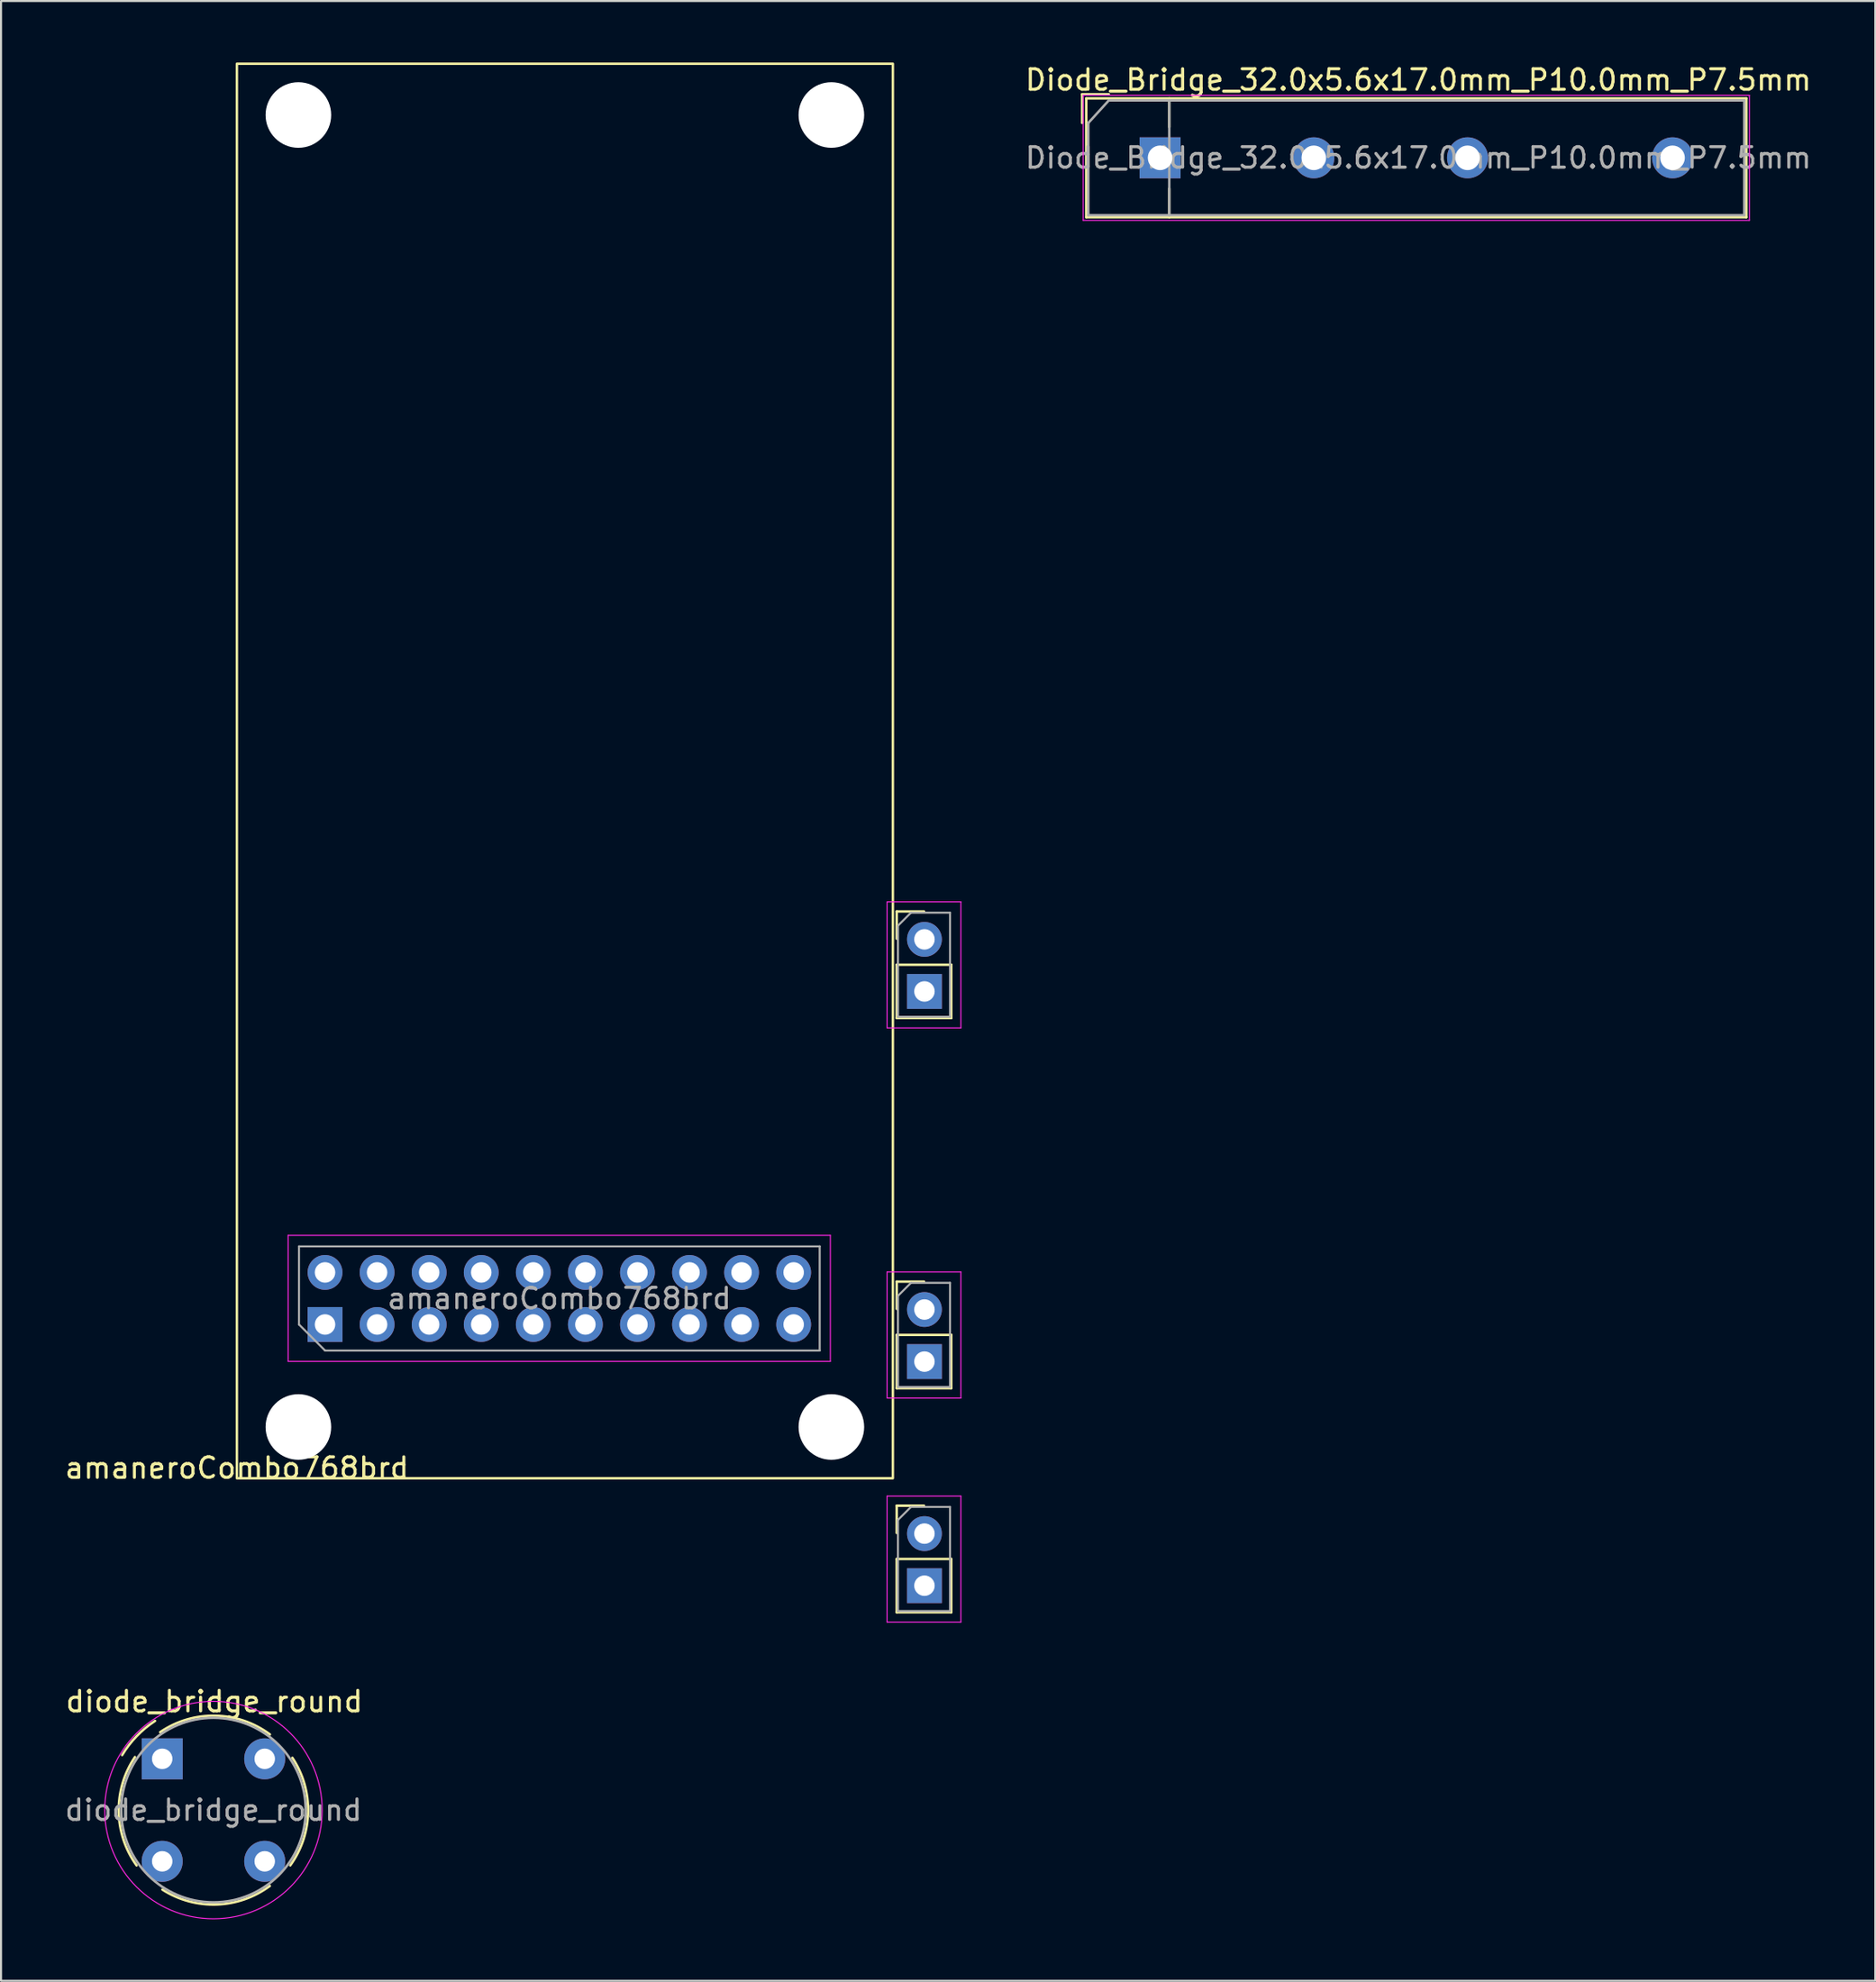
<source format=kicad_pcb>
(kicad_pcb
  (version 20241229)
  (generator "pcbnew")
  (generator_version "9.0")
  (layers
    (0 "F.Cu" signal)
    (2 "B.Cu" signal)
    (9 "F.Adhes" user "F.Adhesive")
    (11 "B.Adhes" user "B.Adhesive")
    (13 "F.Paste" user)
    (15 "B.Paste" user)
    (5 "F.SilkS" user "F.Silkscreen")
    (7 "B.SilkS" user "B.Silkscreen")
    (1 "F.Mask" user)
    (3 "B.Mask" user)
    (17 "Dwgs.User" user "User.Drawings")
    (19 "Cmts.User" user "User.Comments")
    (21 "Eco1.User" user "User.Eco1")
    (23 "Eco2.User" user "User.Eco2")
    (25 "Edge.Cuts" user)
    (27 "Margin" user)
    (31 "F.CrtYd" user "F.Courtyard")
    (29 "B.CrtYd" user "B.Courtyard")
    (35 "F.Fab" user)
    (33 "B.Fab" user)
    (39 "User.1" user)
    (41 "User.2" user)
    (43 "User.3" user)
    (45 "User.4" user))
  (footprint "Diode_Bridge_32.0x5.6x17.0mm_P10.0mm_P7.5mm"
    (layer "F.Cu")
    (at 53.541 4.648)
    (property "Reference" "Diode_Bridge_32.0x5.6x17.0mm_P10.0mm_P7.5mm" (at 12.6 -3.8 180) (layer "F.SilkS") (effects (font (size 1 1) (thickness 0.15))))
    (attr through_hole)
    (fp_line (start -3.8 -3.1) (end -2.5 -3.1) (stroke (width 0.12) (type solid)) (layer "F.SilkS"))
    (fp_line (start -3.8 -1.7) (end -3.8 -3.1) (stroke (width 0.12) (type solid)) (layer "F.SilkS"))
    (fp_line (start -3.6 -2.9) (end 28.6 -2.9) (stroke (width 0.12) (type solid)) (layer "F.SilkS"))
    (fp_line (start -3.6 2.9) (end -3.6 -2.9) (stroke (width 0.12) (type solid)) (layer "F.SilkS"))
    (fp_line (start 0.45 -2.9) (end 0.45 -1.5) (stroke (width 0.12) (type solid)) (layer "F.SilkS"))
    (fp_line (start 0.45 2.9) (end 0.45 1.5) (stroke (width 0.12) (type solid)) (layer "F.SilkS"))
    (fp_line (start 28.6 -2.9) (end 28.6 2.9) (stroke (width 0.12) (type solid)) (layer "F.SilkS"))
    (fp_line (start 28.6 2.9) (end -3.6 2.9) (stroke (width 0.12) (type solid)) (layer "F.SilkS"))
    (fp_line (start -3.75 -3.05) (end 28.75 -3.05) (stroke (width 0.05) (type solid)) (layer "F.CrtYd"))
    (fp_line (start -3.75 3.05) (end -3.75 -3.05) (stroke (width 0.05) (type solid)) (layer "F.CrtYd"))
    (fp_line (start 28.75 -3.05) (end 28.75 3.05) (stroke (width 0.05) (type solid)) (layer "F.CrtYd"))
    (fp_line (start 28.75 3.05) (end -3.75 3.05) (stroke (width 0.05) (type solid)) (layer "F.CrtYd"))
    (fp_line (start -3.5 -1.7) (end -3.5 2.8) (stroke (width 0.12) (type solid)) (layer "F.Fab"))
    (fp_line (start -3.5 2.8) (end 28.5 2.8) (stroke (width 0.12) (type solid)) (layer "F.Fab"))
    (fp_line (start -2.5 -2.8) (end -3.5 -1.7) (stroke (width 0.12) (type solid)) (layer "F.Fab"))
    (fp_line (start 0.45 -2.8) (end 0.45 2.8) (stroke (width 0.12) (type solid)) (layer "F.Fab"))
    (fp_line (start 28.5 -2.8) (end -2.5 -2.8) (stroke (width 0.12) (type solid)) (layer "F.Fab"))
    (fp_line (start 28.5 2.8) (end 28.5 -2.8) (stroke (width 0.12) (type solid)) (layer "F.Fab"))
    (fp_text user "${REFERENCE}" (at 12.6 0 180) (layer "F.Fab") (effects (font (size 1 1) (thickness 0.15))))
    (pad "1" thru_hole rect (at 0 0) (size 2 2) (drill 1.2) (layers "*.Cu" "*.Mask"))
    (pad "2" thru_hole circle (at 7.5 0) (size 2 2) (drill 1.2) (layers "*.Cu" "*.Mask"))
    (pad "3" thru_hole circle (at 15 0) (size 2 2) (drill 1.2) (layers "*.Cu" "*.Mask"))
    (pad "4" thru_hole circle (at 25 0) (size 2 2) (drill 1.2) (layers "*.Cu" "*.Mask")))
  (footprint "diode_bridge_round"
    (layer "F.Cu")
    (at 4.863 82.747)
    (property "Reference" "diode_bridge_round" (at 2.54 -2.794 0) (layer "F.SilkS") (effects (font (size 1 1) (thickness 0.15))))
    (attr through_hole)
    (fp_arc (start -1.954487 -0.183757) (mid -1.246061 -1.107219) (end -0.35 -1.85) (stroke (width 0.12) (type solid)) (layer "F.SilkS"))
    (fp_arc (start -1.25 5.2) (mid -2.120355 2.569427) (end -1.329431 -0.086109) (stroke (width 0.12) (type solid)) (layer "F.SilkS"))
    (fp_arc (start -0.1 -1.3) (mid 2.595106 -2.103363) (end 5.254731 -1.189371) (stroke (width 0.12) (type solid)) (layer "F.SilkS"))
    (fp_arc (start 5.25 6.2) (mid 2.657169 7.107363) (end 0.008533 6.3788) (stroke (width 0.12) (type solid)) (layer "F.SilkS"))
    (fp_arc (start 6.35 -0.05) (mid 7.117021 2.590098) (end 6.247584 5.198261) (stroke (width 0.12) (type solid)) (layer "F.SilkS"))
    (fp_circle (center 2.5 2.5) (end -1.3 -1.2) (stroke (width 0.05) (type solid)) (fill no) (layer "F.CrtYd"))
    (fp_arc (start -2 2.5) (mid 7 2.5) (end -2 2.5) (stroke (width 0.12) (type solid)) (layer "F.Fab"))
    (fp_text user "${REFERENCE}" (at 2.5 2.5 0) (layer "F.Fab") (effects (font (size 1 1) (thickness 0.15))))
    (pad "1" thru_hole rect (at 0 0) (size 2 2) (drill 1) (layers "*.Cu" "*.Mask"))
    (pad "2" thru_hole oval (at 5 0) (size 2 2) (drill 1) (layers "*.Cu" "*.Mask"))
    (pad "3" thru_hole oval (at 0 5) (size 2 2) (drill 1) (layers "*.Cu" "*.Mask"))
    (pad "4" thru_hole oval (at 5 5) (size 2 2) (drill 1) (layers "*.Cu" "*.Mask")))
  (footprint "amaneroCombo768brd"
    (layer "F.Cu")
    (at 8.506 69.06)
    (property "Reference" "amaneroCombo768brd" (at 0 -0.5 0) (unlocked yes) (layer "F.SilkS") (effects (font (size 1 1) (thickness 0.15))))
    (attr through_hole)
    (fp_line (start 32.189 -27.649) (end 33.519 -27.649) (stroke (width 0.12) (type solid)) (layer "F.SilkS"))
    (fp_line (start 32.189 -26.319) (end 32.189 -27.649) (stroke (width 0.12) (type solid)) (layer "F.SilkS"))
    (fp_line (start 32.189 -25.049) (end 32.189 -22.449) (stroke (width 0.12) (type solid)) (layer "F.SilkS"))
    (fp_line (start 32.189 -25.049) (end 34.849 -25.049) (stroke (width 0.12) (type solid)) (layer "F.SilkS"))
    (fp_line (start 32.189 -22.449) (end 34.849 -22.449) (stroke (width 0.12) (type solid)) (layer "F.SilkS"))
    (fp_line (start 32.189 -9.592) (end 33.519 -9.592) (stroke (width 0.12) (type solid)) (layer "F.SilkS"))
    (fp_line (start 32.189 -8.262) (end 32.189 -9.592) (stroke (width 0.12) (type solid)) (layer "F.SilkS"))
    (fp_line (start 32.189 -6.992) (end 32.189 -4.392) (stroke (width 0.12) (type solid)) (layer "F.SilkS"))
    (fp_line (start 32.189 -6.992) (end 34.849 -6.992) (stroke (width 0.12) (type solid)) (layer "F.SilkS"))
    (fp_line (start 32.189 -4.392) (end 34.849 -4.392) (stroke (width 0.12) (type solid)) (layer "F.SilkS"))
    (fp_line (start 32.189 1.339) (end 33.519 1.339) (stroke (width 0.12) (type solid)) (layer "F.SilkS"))
    (fp_line (start 32.189 2.669) (end 32.189 1.339) (stroke (width 0.12) (type solid)) (layer "F.SilkS"))
    (fp_line (start 32.189 3.939) (end 32.189 6.539) (stroke (width 0.12) (type solid)) (layer "F.SilkS"))
    (fp_line (start 32.189 3.939) (end 34.849 3.939) (stroke (width 0.12) (type solid)) (layer "F.SilkS"))
    (fp_line (start 32.189 6.539) (end 34.849 6.539) (stroke (width 0.12) (type solid)) (layer "F.SilkS"))
    (fp_line (start 34.849 -25.049) (end 34.849 -22.449) (stroke (width 0.12) (type solid)) (layer "F.SilkS"))
    (fp_line (start 34.849 -6.992) (end 34.849 -4.392) (stroke (width 0.12) (type solid)) (layer "F.SilkS"))
    (fp_line (start 34.849 3.939) (end 34.849 6.539) (stroke (width 0.12) (type solid)) (layer "F.SilkS"))
    (fp_rect (start 0 -69) (end 32 0) (stroke (width 0.12) (type default)) (fill no) (layer "F.SilkS"))
    (fp_line (start 2.5 -11.85) (end 2.5 -5.7) (stroke (width 0.05) (type solid)) (layer "F.CrtYd"))
    (fp_line (start 2.5 -5.7) (end 28.95 -5.7) (stroke (width 0.05) (type solid)) (layer "F.CrtYd"))
    (fp_line (start 28.95 -11.85) (end 2.5 -11.85) (stroke (width 0.05) (type solid)) (layer "F.CrtYd"))
    (fp_line (start 28.95 -5.7) (end 28.95 -11.85) (stroke (width 0.05) (type solid)) (layer "F.CrtYd"))
    (fp_line (start 31.719 -28.119) (end 31.719 -21.969) (stroke (width 0.05) (type solid)) (layer "F.CrtYd"))
    (fp_line (start 31.719 -21.969) (end 35.319 -21.969) (stroke (width 0.05) (type solid)) (layer "F.CrtYd"))
    (fp_line (start 31.719 -10.062) (end 31.719 -3.912) (stroke (width 0.05) (type solid)) (layer "F.CrtYd"))
    (fp_line (start 31.719 -3.912) (end 35.319 -3.912) (stroke (width 0.05) (type solid)) (layer "F.CrtYd"))
    (fp_line (start 31.719 0.869) (end 31.719 7.019) (stroke (width 0.05) (type solid)) (layer "F.CrtYd"))
    (fp_line (start 31.719 7.019) (end 35.319 7.019) (stroke (width 0.05) (type solid)) (layer "F.CrtYd"))
    (fp_line (start 35.319 -28.119) (end 31.719 -28.119) (stroke (width 0.05) (type solid)) (layer "F.CrtYd"))
    (fp_line (start 35.319 -21.969) (end 35.319 -28.119) (stroke (width 0.05) (type solid)) (layer "F.CrtYd"))
    (fp_line (start 35.319 -10.062) (end 31.719 -10.062) (stroke (width 0.05) (type solid)) (layer "F.CrtYd"))
    (fp_line (start 35.319 -3.912) (end 35.319 -10.062) (stroke (width 0.05) (type solid)) (layer "F.CrtYd"))
    (fp_line (start 35.319 0.869) (end 31.719 0.869) (stroke (width 0.05) (type solid)) (layer "F.CrtYd"))
    (fp_line (start 35.319 7.019) (end 35.319 0.869) (stroke (width 0.05) (type solid)) (layer "F.CrtYd"))
    (fp_line (start 3.03 -11.31) (end 28.43 -11.31) (stroke (width 0.1) (type solid)) (layer "F.Fab"))
    (fp_line (start 3.03 -7.5) (end 3.03 -11.31) (stroke (width 0.1) (type solid)) (layer "F.Fab"))
    (fp_line (start 4.3 -6.23) (end 3.03 -7.5) (stroke (width 0.1) (type solid)) (layer "F.Fab"))
    (fp_line (start 28.43 -11.31) (end 28.43 -6.23) (stroke (width 0.1) (type solid)) (layer "F.Fab"))
    (fp_line (start 28.43 -6.23) (end 4.3 -6.23) (stroke (width 0.1) (type solid)) (layer "F.Fab"))
    (fp_line (start 32.249 -26.954) (end 32.884 -27.589) (stroke (width 0.1) (type solid)) (layer "F.Fab"))
    (fp_line (start 32.249 -22.509) (end 32.249 -26.954) (stroke (width 0.1) (type solid)) (layer "F.Fab"))
    (fp_line (start 32.249 -8.897) (end 32.884 -9.532) (stroke (width 0.1) (type solid)) (layer "F.Fab"))
    (fp_line (start 32.249 -4.452) (end 32.249 -8.897) (stroke (width 0.1) (type solid)) (layer "F.Fab"))
    (fp_line (start 32.249 2.034) (end 32.884 1.399) (stroke (width 0.1) (type solid)) (layer "F.Fab"))
    (fp_line (start 32.249 6.479) (end 32.249 2.034) (stroke (width 0.1) (type solid)) (layer "F.Fab"))
    (fp_line (start 32.884 -27.589) (end 34.789 -27.589) (stroke (width 0.1) (type solid)) (layer "F.Fab"))
    (fp_line (start 32.884 -9.532) (end 34.789 -9.532) (stroke (width 0.1) (type solid)) (layer "F.Fab"))
    (fp_line (start 32.884 1.399) (end 34.789 1.399) (stroke (width 0.1) (type solid)) (layer "F.Fab"))
    (fp_line (start 34.789 -27.589) (end 34.789 -22.509) (stroke (width 0.1) (type solid)) (layer "F.Fab"))
    (fp_line (start 34.789 -22.509) (end 32.249 -22.509) (stroke (width 0.1) (type solid)) (layer "F.Fab"))
    (fp_line (start 34.789 -9.532) (end 34.789 -4.452) (stroke (width 0.1) (type solid)) (layer "F.Fab"))
    (fp_line (start 34.789 -4.452) (end 32.249 -4.452) (stroke (width 0.1) (type solid)) (layer "F.Fab"))
    (fp_line (start 34.789 1.399) (end 34.789 6.479) (stroke (width 0.1) (type solid)) (layer "F.Fab"))
    (fp_line (start 34.789 6.479) (end 32.249 6.479) (stroke (width 0.1) (type solid)) (layer "F.Fab"))
    (fp_text user "${REFERENCE}" (at 15.73 -8.77 180) (layer "F.Fab") (effects (font (size 1 1) (thickness 0.15))))
    (pad "" np_thru_hole circle (at 3 -66.5) (size 3.2 3.2) (drill 3.2) (layers "*.Cu" "*.Mask"))
    (pad "" np_thru_hole circle (at 3 -2.5) (size 3.2 3.2) (drill 3.2) (layers "*.Cu" "*.Mask"))
    (pad "" np_thru_hole circle (at 29 -66.5) (size 3.2 3.2) (drill 3.2) (layers "*.Cu" "*.Mask"))
    (pad "" np_thru_hole circle (at 29 -2.5) (size 3.2 3.2) (drill 3.2) (layers "*.Cu" "*.Mask"))
    (pad "1" thru_hole rect (at 4.3 -7.5 90) (size 1.7 1.7) (drill 1) (layers "*.Cu" "*.Mask"))
    (pad "2" thru_hole oval (at 4.3 -10.04 90) (size 1.7 1.7) (drill 1) (layers "*.Cu" "*.Mask"))
    (pad "3" thru_hole oval (at 6.84 -7.5 90) (size 1.7 1.7) (drill 1) (layers "*.Cu" "*.Mask"))
    (pad "4" thru_hole oval (at 6.84 -10.04 90) (size 1.7 1.7) (drill 1) (layers "*.Cu" "*.Mask"))
    (pad "5" thru_hole oval (at 9.38 -7.5 90) (size 1.7 1.7) (drill 1) (layers "*.Cu" "*.Mask"))
    (pad "6" thru_hole oval (at 9.38 -10.04 90) (size 1.7 1.7) (drill 1) (layers "*.Cu" "*.Mask"))
    (pad "7" thru_hole oval (at 11.92 -7.5 90) (size 1.7 1.7) (drill 1) (layers "*.Cu" "*.Mask"))
    (pad "8" thru_hole oval (at 11.92 -10.04 90) (size 1.7 1.7) (drill 1) (layers "*.Cu" "*.Mask"))
    (pad "9" thru_hole oval (at 14.46 -7.5 90) (size 1.7 1.7) (drill 1) (layers "*.Cu" "*.Mask"))
    (pad "10" thru_hole oval (at 14.46 -10.04 90) (size 1.7 1.7) (drill 1) (layers "*.Cu" "*.Mask"))
    (pad "11" thru_hole oval (at 17 -7.5 90) (size 1.7 1.7) (drill 1) (layers "*.Cu" "*.Mask"))
    (pad "12" thru_hole oval (at 17 -10.04 90) (size 1.7 1.7) (drill 1) (layers "*.Cu" "*.Mask"))
    (pad "13" thru_hole oval (at 19.54 -7.5 90) (size 1.7 1.7) (drill 1) (layers "*.Cu" "*.Mask"))
    (pad "14" thru_hole oval (at 19.54 -10.04 90) (size 1.7 1.7) (drill 1) (layers "*.Cu" "*.Mask"))
    (pad "15" thru_hole oval (at 22.08 -7.5 90) (size 1.7 1.7) (drill 1) (layers "*.Cu" "*.Mask"))
    (pad "16" thru_hole oval (at 22.08 -10.04 90) (size 1.7 1.7) (drill 1) (layers "*.Cu" "*.Mask"))
    (pad "17" thru_hole oval (at 24.62 -7.5 90) (size 1.7 1.7) (drill 1) (layers "*.Cu" "*.Mask"))
    (pad "18" thru_hole oval (at 24.62 -10.04 90) (size 1.7 1.7) (drill 1) (layers "*.Cu" "*.Mask"))
    (pad "19" thru_hole oval (at 27.16 -7.5 90) (size 1.7 1.7) (drill 1) (layers "*.Cu" "*.Mask"))
    (pad "20" thru_hole oval (at 27.16 -10.04 90) (size 1.7 1.7) (drill 1) (layers "*.Cu" "*.Mask"))
    (pad "21" thru_hole oval (at 33.541 -26.287 180) (size 1.7 1.7) (drill 1) (layers "*.Cu" "*.Mask"))
    (pad "22" thru_hole rect (at 33.541 -23.747 180) (size 1.7 1.7) (drill 1) (layers "*.Cu" "*.Mask"))
    (pad "23" thru_hole oval (at 33.541 -8.23 180) (size 1.7 1.7) (drill 1) (layers "*.Cu" "*.Mask"))
    (pad "24" thru_hole rect (at 33.541 -5.69 180) (size 1.7 1.7) (drill 1) (layers "*.Cu" "*.Mask"))
    (pad "25" thru_hole oval (at 33.541 2.701 180) (size 1.7 1.7) (drill 1) (layers "*.Cu" "*.Mask"))
    (pad "26" thru_hole rect (at 33.541 5.241 180) (size 1.7 1.7) (drill 1) (layers "*.Cu" "*.Mask")))
  (gr_rect
    (start -3 -3)
    (end 88.433 93.575)
    (stroke (width 0.1) (type default))
    (fill no)
    (layer "Edge.Cuts")))
</source>
